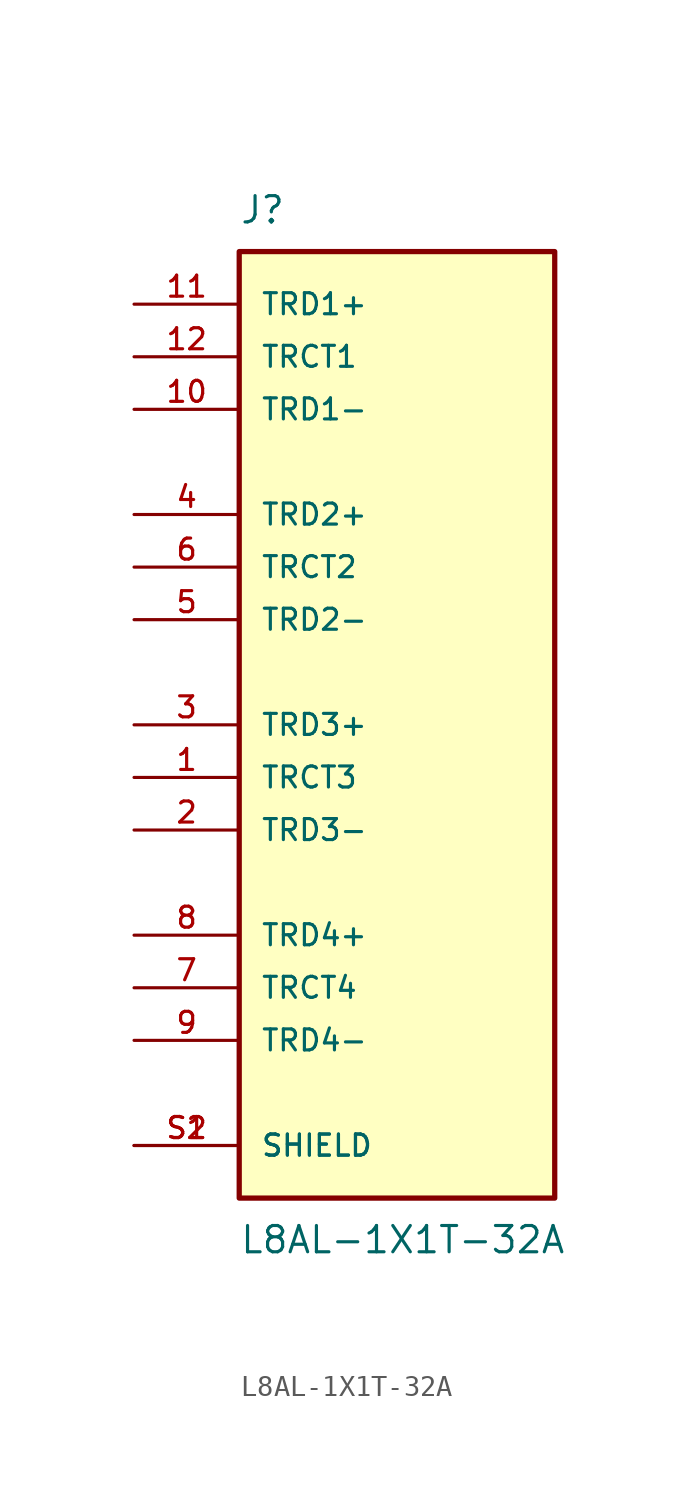
<source format=kicad_sym>
(kicad_symbol_lib
  (version 20211014)
  (generator kicad_symbol_editor)
  (symbol "L8AL-1X1T-32A"
    (pin_names
      (offset 1.016))
    (property "Reference" "J"
      (at -7.62 24.13 0)
      (effects (font (size 1.27 1.27)) (justify bottom left)))
    (property "Value" "L8AL-1X1T-32A"
      (at -7.62 -24.13 0)
      (effects (font (size 1.27 1.27)) (justify top left)))
    (symbol "L8AL-1X1T-32A_0_0"
      (rectangle (start -7.62 -22.86) (end 7.62 22.86) (stroke (width 0.254)) (fill (type background)))
      (pin passive line (at -12.7 15.24 0) (length 5.08) (name "TRD1-" (effects (font (size 1.016 1.016)))) (number "10" (effects (font (size 1.016 1.016)))))
      (pin passive line (at -12.7 20.32 0) (length 5.08) (name "TRD1+" (effects (font (size 1.016 1.016)))) (number "11" (effects (font (size 1.016 1.016)))))
      (pin passive line (at -12.7 5.08 0) (length 5.08) (name "TRD2-" (effects (font (size 1.016 1.016)))) (number "5" (effects (font (size 1.016 1.016)))))
      (pin passive line (at -12.7 10.16 0) (length 5.08) (name "TRD2+" (effects (font (size 1.016 1.016)))) (number "4" (effects (font (size 1.016 1.016)))))
      (pin passive line (at -12.7 -5.08 0) (length 5.08) (name "TRD3-" (effects (font (size 1.016 1.016)))) (number "2" (effects (font (size 1.016 1.016)))))
      (pin passive line (at -12.7 0.0 0) (length 5.08) (name "TRD3+" (effects (font (size 1.016 1.016)))) (number "3" (effects (font (size 1.016 1.016)))))
      (pin passive line (at -12.7 -15.24 0) (length 5.08) (name "TRD4-" (effects (font (size 1.016 1.016)))) (number "9" (effects (font (size 1.016 1.016)))))
      (pin passive line (at -12.7 -10.16 0) (length 5.08) (name "TRD4+" (effects (font (size 1.016 1.016)))) (number "8" (effects (font (size 1.016 1.016)))))
      (pin passive line (at -12.7 17.78 0) (length 5.08) (name "TRCT1" (effects (font (size 1.016 1.016)))) (number "12" (effects (font (size 1.016 1.016)))))
      (pin passive line (at -12.7 -20.32 0) (length 5.08) (name "SHIELD" (effects (font (size 1.016 1.016)))) (number "S1" (effects (font (size 1.016 1.016)))))
      (pin passive line (at -12.7 -20.32 0) (length 5.08) (name "SHIELD" (effects (font (size 1.016 1.016)))) (number "S2" (effects (font (size 1.016 1.016)))))
      (pin passive line (at -12.7 7.62 0) (length 5.08) (name "TRCT2" (effects (font (size 1.016 1.016)))) (number "6" (effects (font (size 1.016 1.016)))))
      (pin passive line (at -12.7 -2.54 0) (length 5.08) (name "TRCT3" (effects (font (size 1.016 1.016)))) (number "1" (effects (font (size 1.016 1.016)))))
      (pin passive line (at -12.7 -12.7 0) (length 5.08) (name "TRCT4" (effects (font (size 1.016 1.016)))) (number "7" (effects (font (size 1.016 1.016))))))))
</source>
